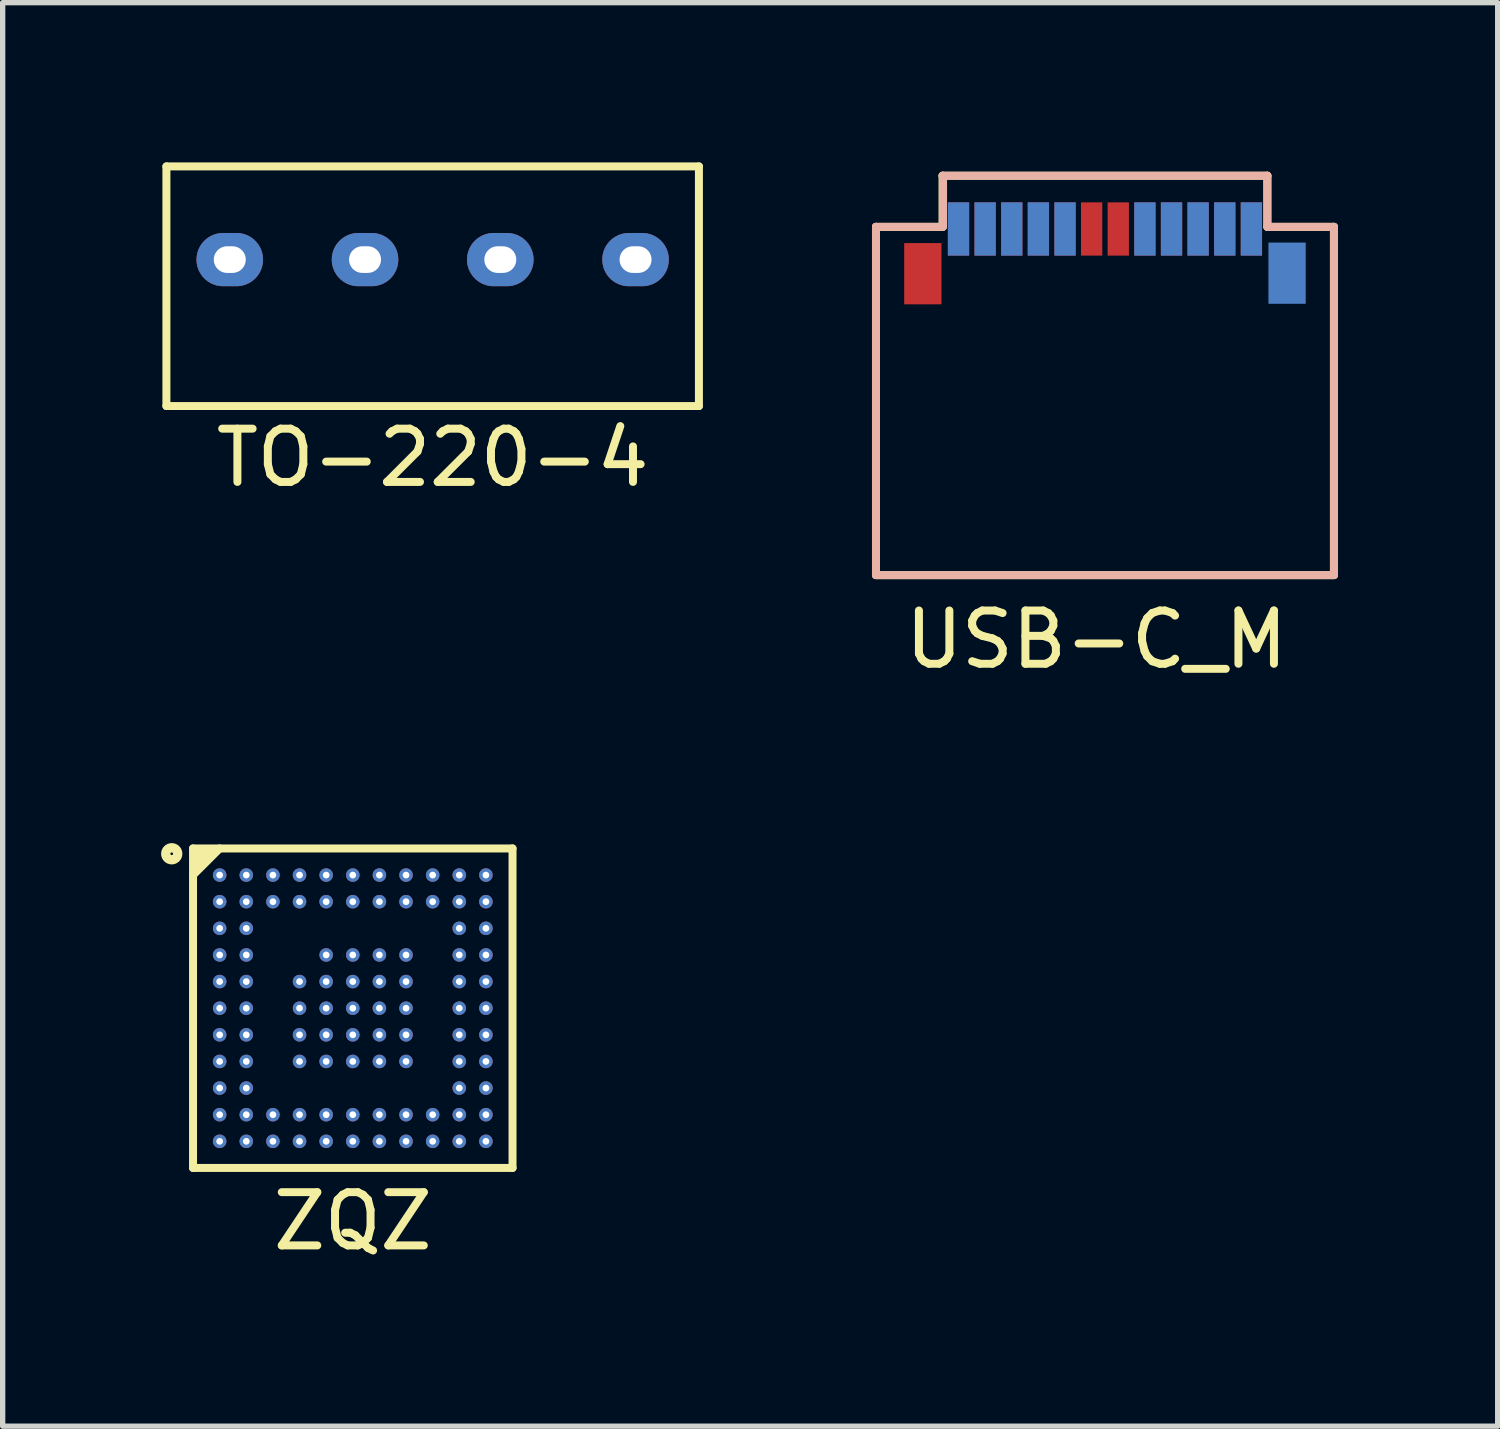
<source format=kicad_pcb>
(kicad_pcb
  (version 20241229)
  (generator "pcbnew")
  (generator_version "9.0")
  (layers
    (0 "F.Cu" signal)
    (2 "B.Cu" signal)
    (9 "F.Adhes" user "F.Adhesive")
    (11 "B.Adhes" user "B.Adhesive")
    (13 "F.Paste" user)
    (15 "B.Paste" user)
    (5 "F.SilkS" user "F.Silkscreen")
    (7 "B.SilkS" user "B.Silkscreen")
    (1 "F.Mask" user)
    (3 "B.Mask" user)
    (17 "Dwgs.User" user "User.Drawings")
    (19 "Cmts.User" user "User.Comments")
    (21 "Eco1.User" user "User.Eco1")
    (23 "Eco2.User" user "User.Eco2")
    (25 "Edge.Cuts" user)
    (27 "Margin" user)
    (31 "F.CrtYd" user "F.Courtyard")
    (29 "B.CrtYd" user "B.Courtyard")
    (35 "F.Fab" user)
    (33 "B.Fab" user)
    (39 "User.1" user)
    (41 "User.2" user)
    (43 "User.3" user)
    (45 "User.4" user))
  (footprint "USB-C_M"
    (layer "F.Cu")
    (at 13.4 0.25)
    (property "Reference" "USB-C_M" (at 4.14 8.71 0) (layer "F.SilkS") (effects (font (size 1 1) (thickness 0.15))))
    (attr through_hole)
    (fp_line (start 0 0.96) (end 1.25 0.96) (stroke (width 0.15) (type solid)) (layer "F.SilkS"))
    (fp_line (start 0 7.5) (end 0 0.96) (stroke (width 0.15) (type solid)) (layer "F.SilkS"))
    (fp_line (start 0 7.5) (end 8.6 7.5) (stroke (width 0.15) (type solid)) (layer "F.SilkS"))
    (fp_line (start 1.25 0) (end 7.35 0) (stroke (width 0.15) (type solid)) (layer "F.SilkS"))
    (fp_line (start 1.25 0.96) (end 1.25 0) (stroke (width 0.15) (type solid)) (layer "F.SilkS"))
    (fp_line (start 7.35 0) (end 7.35 0.96) (stroke (width 0.15) (type solid)) (layer "F.SilkS"))
    (fp_line (start 7.35 0.96) (end 8.6 0.96) (stroke (width 0.15) (type solid)) (layer "F.SilkS"))
    (fp_line (start 8.6 7.5) (end 8.6 0.96) (stroke (width 0.15) (type solid)) (layer "F.SilkS"))
    (fp_line (start 0 0.96) (end 1.25 0.96) (stroke (width 0.15) (type solid)) (layer "B.SilkS"))
    (fp_line (start 0 7.5) (end 0 0.96) (stroke (width 0.15) (type solid)) (layer "B.SilkS"))
    (fp_line (start 0 7.5) (end 8.6 7.5) (stroke (width 0.15) (type solid)) (layer "B.SilkS"))
    (fp_line (start 1.25 0) (end 7.35 0) (stroke (width 0.15) (type solid)) (layer "B.SilkS"))
    (fp_line (start 1.26 0.96) (end 1.26 0) (stroke (width 0.15) (type solid)) (layer "B.SilkS"))
    (fp_line (start 7.35 0) (end 7.35 0.96) (stroke (width 0.15) (type solid)) (layer "B.SilkS"))
    (fp_line (start 7.35 0.96) (end 8.6 0.96) (stroke (width 0.15) (type solid)) (layer "B.SilkS"))
    (fp_line (start 8.6 7.5) (end 8.6 0.96) (stroke (width 0.15) (type solid)) (layer "B.SilkS"))
    (pad "" smd rect (at 0.88 1.84) (size 0.7 1.15) (layers "F.Cu" "F.Mask" "F.Paste"))
    (pad "" smd rect (at 7.72 1.83) (size 0.7 1.15) (layers "F.Mask" "B.Cu" "F.Paste"))
    (pad "A1" smd rect (at 1.55 1) (size 0.4 1) (layers "F.Cu" "F.Mask" "F.Paste"))
    (pad "A2" smd rect (at 2.05 1) (size 0.4 1) (layers "F.Cu" "F.Mask" "F.Paste"))
    (pad "A3" smd rect (at 2.55 1) (size 0.4 1) (layers "F.Cu" "F.Mask" "F.Paste"))
    (pad "A4" smd rect (at 3.05 1) (size 0.4 1) (layers "F.Cu" "F.Mask" "F.Paste"))
    (pad "A5" smd rect (at 3.55 1) (size 0.4 1) (layers "F.Cu" "F.Mask" "F.Paste"))
    (pad "A6" smd rect (at 4.05 1) (size 0.4 1) (layers "F.Cu" "F.Mask" "F.Paste"))
    (pad "A7" smd rect (at 4.55 1) (size 0.4 1) (layers "F.Cu" "F.Mask" "F.Paste"))
    (pad "A8" smd rect (at 5.05 1) (size 0.4 1) (layers "F.Cu" "F.Mask" "F.Paste"))
    (pad "A9" smd rect (at 5.55 1) (size 0.4 1) (layers "F.Cu" "F.Mask" "F.Paste"))
    (pad "A10" smd rect (at 6.05 1) (size 0.4 1) (layers "F.Cu" "F.Mask" "F.Paste"))
    (pad "A11" smd rect (at 6.55 1) (size 0.4 1) (layers "F.Cu" "F.Mask" "F.Paste"))
    (pad "A12" smd rect (at 7.05 1) (size 0.4 1) (layers "F.Cu" "F.Mask" "F.Paste"))
    (pad "B1" smd rect (at 7.05 1) (size 0.4 1) (layers "F.Mask" "B.Cu" "F.Paste"))
    (pad "B2" smd rect (at 6.55 1) (size 0.4 1) (layers "F.Mask" "B.Cu" "F.Paste"))
    (pad "B3" smd rect (at 6.05 1) (size 0.4 1) (layers "F.Mask" "B.Cu" "F.Paste"))
    (pad "B4" smd rect (at 5.55 1) (size 0.4 1) (layers "F.Mask" "B.Cu" "F.Paste"))
    (pad "B5" smd rect (at 5.05 1) (size 0.4 1) (layers "F.Mask" "B.Cu" "F.Paste"))
    (pad "B8" smd rect (at 3.55 1) (size 0.4 1) (layers "F.Mask" "B.Cu" "F.Paste"))
    (pad "B9" smd rect (at 3.05 1) (size 0.4 1) (layers "F.Mask" "B.Cu" "F.Paste"))
    (pad "B10" smd rect (at 2.55 1) (size 0.4 1) (layers "F.Mask" "B.Cu" "F.Paste"))
    (pad "B11" smd rect (at 2.05 1) (size 0.4 1) (layers "F.Mask" "B.Cu" "F.Paste"))
    (pad "B12" smd rect (at 1.55 1) (size 0.4 1) (layers "F.Mask" "B.Cu" "F.Paste")))
  (footprint "ZQZ"
    (layer "F.Cu")
    (at 3.575 19.383)
    (property "Reference" "ZQZ" (at 0 0.5 0) (layer "F.SilkS") (effects (font (size 1 1) (thickness 0.15))))
    (attr through_hole)
    (fp_line (start -3 -0.5) (end -3 -6.5) (stroke (width 0.15) (type solid)) (layer "F.SilkS"))
    (fp_line (start -3 -0.5) (end 3 -0.5) (stroke (width 0.15) (type solid)) (layer "F.SilkS"))
    (fp_line (start -2.94 -6.2) (end -2.84 -6.41) (stroke (width 0.15) (type solid)) (layer "F.SilkS"))
    (fp_line (start -2.84 -6.41) (end -2.93 -6.4) (stroke (width 0.15) (type solid)) (layer "F.SilkS"))
    (fp_line (start -2.65 -6.45) (end -2.94 -6.2) (stroke (width 0.15) (type solid)) (layer "F.SilkS"))
    (fp_line (start -2.5 -6.5) (end -3 -6) (stroke (width 0.15) (type solid)) (layer "F.SilkS"))
    (fp_line (start 3 -6.5) (end -3 -6.5) (stroke (width 0.15) (type solid)) (layer "F.SilkS"))
    (fp_line (start 3 -6.5) (end 3 -0.5) (stroke (width 0.15) (type solid)) (layer "F.SilkS"))
    (fp_circle (center -3.4 -6.4) (end -3.35 -6.4) (stroke (width 0.15) (type solid)) (fill no) (layer "F.SilkS"))
    (fp_circle (center -3.4 -6.4) (end -3.3 -6.4) (stroke (width 0.15) (type solid)) (fill no) (layer "F.SilkS"))
    (pad "A1" thru_hole circle (at -2.5 -6) (size 0.254 0.254) (drill 0.127) (layers "*.Cu" "*.Mask"))
    (pad "A2" thru_hole circle (at -2 -6) (size 0.254 0.254) (drill 0.127) (layers "*.Cu" "*.Mask"))
    (pad "A3" thru_hole circle (at -1.5 -6) (size 0.254 0.254) (drill 0.127) (layers "*.Cu" "*.Mask"))
    (pad "A4" thru_hole circle (at -1 -6) (size 0.254 0.254) (drill 0.127) (layers "*.Cu" "*.Mask"))
    (pad "A5" thru_hole circle (at -0.5 -6) (size 0.254 0.254) (drill 0.127) (layers "*.Cu" "*.Mask"))
    (pad "A6" thru_hole circle (at 0 -6) (size 0.254 0.254) (drill 0.127) (layers "*.Cu" "*.Mask"))
    (pad "A7" thru_hole circle (at 0.5 -6) (size 0.254 0.254) (drill 0.127) (layers "*.Cu" "*.Mask"))
    (pad "A8" thru_hole circle (at 1 -6) (size 0.254 0.254) (drill 0.127) (layers "*.Cu" "*.Mask"))
    (pad "A9" thru_hole circle (at 1.5 -6) (size 0.254 0.254) (drill 0.127) (layers "*.Cu" "*.Mask"))
    (pad "A10" thru_hole circle (at 2 -6) (size 0.254 0.254) (drill 0.127) (layers "*.Cu" "*.Mask"))
    (pad "A11" thru_hole circle (at 2.5 -6) (size 0.254 0.254) (drill 0.127) (layers "*.Cu" "*.Mask"))
    (pad "B1" thru_hole circle (at -2.5 -5.5) (size 0.254 0.254) (drill 0.127) (layers "*.Cu" "*.Mask"))
    (pad "B2" thru_hole circle (at -2 -5.5) (size 0.254 0.254) (drill 0.127) (layers "*.Cu" "*.Mask"))
    (pad "B3" thru_hole circle (at -1.5 -5.5) (size 0.254 0.254) (drill 0.127) (layers "*.Cu" "*.Mask"))
    (pad "B4" thru_hole circle (at -1 -5.5) (size 0.254 0.254) (drill 0.127) (layers "*.Cu" "*.Mask"))
    (pad "B5" thru_hole circle (at -0.5 -5.5) (size 0.254 0.254) (drill 0.127) (layers "*.Cu" "*.Mask"))
    (pad "B6" thru_hole circle (at 0 -5.5) (size 0.254 0.254) (drill 0.127) (layers "*.Cu" "*.Mask"))
    (pad "B7" thru_hole circle (at 0.5 -5.5) (size 0.254 0.254) (drill 0.127) (layers "*.Cu" "*.Mask"))
    (pad "B8" thru_hole circle (at 1 -5.5) (size 0.254 0.254) (drill 0.127) (layers "*.Cu" "*.Mask"))
    (pad "B9" thru_hole circle (at 1.5 -5.5) (size 0.254 0.254) (drill 0.127) (layers "*.Cu" "*.Mask"))
    (pad "B10" thru_hole circle (at 2 -5.5) (size 0.254 0.254) (drill 0.127) (layers "*.Cu" "*.Mask"))
    (pad "B11" thru_hole circle (at 2.5 -5.5) (size 0.254 0.254) (drill 0.127) (layers "*.Cu" "*.Mask"))
    (pad "C1" thru_hole circle (at -2.5 -5) (size 0.254 0.254) (drill 0.127) (layers "*.Cu" "*.Mask"))
    (pad "C2" thru_hole circle (at -2 -5) (size 0.254 0.254) (drill 0.127) (layers "*.Cu" "*.Mask"))
    (pad "C10" thru_hole circle (at 2 -5) (size 0.254 0.254) (drill 0.127) (layers "*.Cu" "*.Mask"))
    (pad "C11" thru_hole circle (at 2.5 -5) (size 0.254 0.254) (drill 0.127) (layers "*.Cu" "*.Mask"))
    (pad "D1" thru_hole circle (at -2.5 -4.5) (size 0.254 0.254) (drill 0.127) (layers "*.Cu" "*.Mask"))
    (pad "D2" thru_hole circle (at -2 -4.5) (size 0.254 0.254) (drill 0.127) (layers "*.Cu" "*.Mask"))
    (pad "D5" thru_hole circle (at -0.5 -4.5) (size 0.254 0.254) (drill 0.127) (layers "*.Cu" "*.Mask"))
    (pad "D6" thru_hole circle (at 0 -4.5) (size 0.254 0.254) (drill 0.127) (layers "*.Cu" "*.Mask"))
    (pad "D7" thru_hole circle (at 0.5 -4.5) (size 0.254 0.254) (drill 0.127) (layers "*.Cu" "*.Mask"))
    (pad "D8" thru_hole circle (at 1 -4.5) (size 0.254 0.254) (drill 0.127) (layers "*.Cu" "*.Mask"))
    (pad "D10" thru_hole circle (at 2 -4.5) (size 0.254 0.254) (drill 0.127) (layers "*.Cu" "*.Mask"))
    (pad "D11" thru_hole circle (at 2.5 -4.5) (size 0.254 0.254) (drill 0.127) (layers "*.Cu" "*.Mask"))
    (pad "E1" thru_hole circle (at -2.5 -4) (size 0.254 0.254) (drill 0.127) (layers "*.Cu" "*.Mask"))
    (pad "E2" thru_hole circle (at -2 -4) (size 0.254 0.254) (drill 0.127) (layers "*.Cu" "*.Mask"))
    (pad "E4" thru_hole circle (at -1 -4) (size 0.254 0.254) (drill 0.127) (layers "*.Cu" "*.Mask"))
    (pad "E5" thru_hole circle (at -0.5 -4) (size 0.254 0.254) (drill 0.127) (layers "*.Cu" "*.Mask"))
    (pad "E6" thru_hole circle (at 0 -4) (size 0.254 0.254) (drill 0.127) (layers "*.Cu" "*.Mask"))
    (pad "E7" thru_hole circle (at 0.5 -4) (size 0.254 0.254) (drill 0.127) (layers "*.Cu" "*.Mask"))
    (pad "E8" thru_hole circle (at 1 -4) (size 0.254 0.254) (drill 0.127) (layers "*.Cu" "*.Mask"))
    (pad "E10" thru_hole circle (at 2 -4) (size 0.254 0.254) (drill 0.127) (layers "*.Cu" "*.Mask"))
    (pad "E11" thru_hole circle (at 2.5 -4) (size 0.254 0.254) (drill 0.127) (layers "*.Cu" "*.Mask"))
    (pad "F1" thru_hole circle (at -2.5 -3.5) (size 0.254 0.254) (drill 0.127) (layers "*.Cu" "*.Mask"))
    (pad "F2" thru_hole circle (at -2 -3.5) (size 0.254 0.254) (drill 0.127) (layers "*.Cu" "*.Mask"))
    (pad "F4" thru_hole circle (at -1 -3.5) (size 0.254 0.254) (drill 0.127) (layers "*.Cu" "*.Mask"))
    (pad "F5" thru_hole circle (at -0.5 -3.5) (size 0.254 0.254) (drill 0.127) (layers "*.Cu" "*.Mask"))
    (pad "F6" thru_hole circle (at 0 -3.5) (size 0.254 0.254) (drill 0.127) (layers "*.Cu" "*.Mask"))
    (pad "F7" thru_hole circle (at 0.5 -3.5) (size 0.254 0.254) (drill 0.127) (layers "*.Cu" "*.Mask"))
    (pad "F8" thru_hole circle (at 1 -3.5) (size 0.254 0.254) (drill 0.127) (layers "*.Cu" "*.Mask"))
    (pad "F10" thru_hole circle (at 2 -3.5) (size 0.254 0.254) (drill 0.127) (layers "*.Cu" "*.Mask"))
    (pad "F11" thru_hole circle (at 2.5 -3.5) (size 0.254 0.254) (drill 0.127) (layers "*.Cu" "*.Mask"))
    (pad "G1" thru_hole circle (at -2.5 -3) (size 0.254 0.254) (drill 0.127) (layers "*.Cu" "*.Mask"))
    (pad "G2" thru_hole circle (at -2 -3) (size 0.254 0.254) (drill 0.127) (layers "*.Cu" "*.Mask"))
    (pad "G4" thru_hole circle (at -1 -3) (size 0.254 0.254) (drill 0.127) (layers "*.Cu" "*.Mask"))
    (pad "G5" thru_hole circle (at -0.5 -3) (size 0.254 0.254) (drill 0.127) (layers "*.Cu" "*.Mask"))
    (pad "G6" thru_hole circle (at 0 -3) (size 0.254 0.254) (drill 0.127) (layers "*.Cu" "*.Mask"))
    (pad "G7" thru_hole circle (at 0.5 -3) (size 0.254 0.254) (drill 0.127) (layers "*.Cu" "*.Mask"))
    (pad "G8" thru_hole circle (at 1 -3) (size 0.254 0.254) (drill 0.127) (layers "*.Cu" "*.Mask"))
    (pad "G10" thru_hole circle (at 2 -3) (size 0.254 0.254) (drill 0.127) (layers "*.Cu" "*.Mask"))
    (pad "G11" thru_hole circle (at 2.5 -3) (size 0.254 0.254) (drill 0.127) (layers "*.Cu" "*.Mask"))
    (pad "H1" thru_hole circle (at -2.5 -2.5) (size 0.254 0.254) (drill 0.127) (layers "*.Cu" "*.Mask"))
    (pad "H2" thru_hole circle (at -2 -2.5) (size 0.254 0.254) (drill 0.127) (layers "*.Cu" "*.Mask"))
    (pad "H4" thru_hole circle (at -1 -2.5) (size 0.254 0.254) (drill 0.127) (layers "*.Cu" "*.Mask"))
    (pad "H5" thru_hole circle (at -0.5 -2.5) (size 0.254 0.254) (drill 0.127) (layers "*.Cu" "*.Mask"))
    (pad "H6" thru_hole circle (at 0 -2.5) (size 0.254 0.254) (drill 0.127) (layers "*.Cu" "*.Mask"))
    (pad "H7" thru_hole circle (at 0.5 -2.5) (size 0.254 0.254) (drill 0.127) (layers "*.Cu" "*.Mask"))
    (pad "H8" thru_hole circle (at 1 -2.5) (size 0.254 0.254) (drill 0.127) (layers "*.Cu" "*.Mask"))
    (pad "H10" thru_hole circle (at 2 -2.5) (size 0.254 0.254) (drill 0.127) (layers "*.Cu" "*.Mask"))
    (pad "H11" thru_hole circle (at 2.5 -2.5) (size 0.254 0.254) (drill 0.127) (layers "*.Cu" "*.Mask"))
    (pad "J1" thru_hole circle (at -2.5 -2) (size 0.254 0.254) (drill 0.127) (layers "*.Cu" "*.Mask"))
    (pad "J2" thru_hole circle (at -2 -2) (size 0.254 0.254) (drill 0.127) (layers "*.Cu" "*.Mask"))
    (pad "J10" thru_hole circle (at 2 -2) (size 0.254 0.254) (drill 0.127) (layers "*.Cu" "*.Mask"))
    (pad "J11" thru_hole circle (at 2.5 -2) (size 0.254 0.254) (drill 0.127) (layers "*.Cu" "*.Mask"))
    (pad "K1" thru_hole circle (at -2.5 -1.5) (size 0.254 0.254) (drill 0.127) (layers "*.Cu" "*.Mask"))
    (pad "K2" thru_hole circle (at -2 -1.5) (size 0.254 0.254) (drill 0.127) (layers "*.Cu" "*.Mask"))
    (pad "K3" thru_hole circle (at -1.5 -1.5) (size 0.254 0.254) (drill 0.127) (layers "*.Cu" "*.Mask"))
    (pad "K4" thru_hole circle (at -1 -1.5) (size 0.254 0.254) (drill 0.127) (layers "*.Cu" "*.Mask"))
    (pad "K5" thru_hole circle (at -0.5 -1.5) (size 0.254 0.254) (drill 0.127) (layers "*.Cu" "*.Mask"))
    (pad "K6" thru_hole circle (at 0 -1.5) (size 0.254 0.254) (drill 0.127) (layers "*.Cu" "*.Mask"))
    (pad "K7" thru_hole circle (at 0.5 -1.5) (size 0.254 0.254) (drill 0.127) (layers "*.Cu" "*.Mask"))
    (pad "K8" thru_hole circle (at 1 -1.5) (size 0.254 0.254) (drill 0.127) (layers "*.Cu" "*.Mask"))
    (pad "K9" thru_hole circle (at 1.5 -1.5) (size 0.254 0.254) (drill 0.127) (layers "*.Cu" "*.Mask"))
    (pad "K10" thru_hole circle (at 2 -1.5) (size 0.254 0.254) (drill 0.127) (layers "*.Cu" "*.Mask"))
    (pad "K11" thru_hole circle (at 2.5 -1.5) (size 0.254 0.254) (drill 0.127) (layers "*.Cu" "*.Mask"))
    (pad "L1" thru_hole circle (at -2.5 -1) (size 0.254 0.254) (drill 0.127) (layers "*.Cu" "*.Mask"))
    (pad "L2" thru_hole circle (at -2 -1) (size 0.254 0.254) (drill 0.127) (layers "*.Cu" "*.Mask"))
    (pad "L3" thru_hole circle (at -1.5 -1) (size 0.254 0.254) (drill 0.127) (layers "*.Cu" "*.Mask"))
    (pad "L4" thru_hole circle (at -1 -1) (size 0.254 0.254) (drill 0.127) (layers "*.Cu" "*.Mask"))
    (pad "L5" thru_hole circle (at -0.5 -1) (size 0.254 0.254) (drill 0.127) (layers "*.Cu" "*.Mask"))
    (pad "L6" thru_hole circle (at 0 -1) (size 0.254 0.254) (drill 0.127) (layers "*.Cu" "*.Mask"))
    (pad "L7" thru_hole circle (at 0.5 -1) (size 0.254 0.254) (drill 0.127) (layers "*.Cu" "*.Mask"))
    (pad "L8" thru_hole circle (at 1 -1) (size 0.254 0.254) (drill 0.127) (layers "*.Cu" "*.Mask"))
    (pad "L9" thru_hole circle (at 1.5 -1) (size 0.254 0.254) (drill 0.127) (layers "*.Cu" "*.Mask"))
    (pad "L10" thru_hole circle (at 2 -1) (size 0.254 0.254) (drill 0.127) (layers "*.Cu" "*.Mask"))
    (pad "L11" thru_hole circle (at 2.5 -1) (size 0.254 0.254) (drill 0.127) (layers "*.Cu" "*.Mask")))
  (footprint "TO-220-4"
    (layer "F.Cu")
    (at 5.075 2.575)
    (property "Reference" "TO-220-4" (at 0 2.97 0) (layer "F.SilkS") (effects (font (size 1 1) (thickness 0.15))))
    (attr through_hole)
    (fp_line (start -5 -2.5) (end 5 -2.5) (stroke (width 0.15) (type solid)) (layer "F.SilkS"))
    (fp_line (start -5 2) (end -5 -2.5) (stroke (width 0.15) (type solid)) (layer "F.SilkS"))
    (fp_line (start -5 2) (end 5 2) (stroke (width 0.15) (type solid)) (layer "F.SilkS"))
    (fp_line (start 5 -2.5) (end 5 2) (stroke (width 0.15) (type solid)) (layer "F.SilkS"))
    (pad "1" thru_hole oval (at -3.81 -0.75) (size 1.25 1) (drill oval 0.6 0.5) (layers "*.Cu" "*.Mask"))
    (pad "2" thru_hole oval (at -1.27 -0.75) (size 1.25 1) (drill oval 0.6 0.5) (layers "*.Cu" "*.Mask"))
    (pad "3" thru_hole oval (at 1.27 -0.75) (size 1.25 1) (drill oval 0.6 0.5) (layers "*.Cu" "*.Mask"))
    (pad "4" thru_hole oval (at 3.81 -0.75) (size 1.25 1) (drill oval 0.6 0.5) (layers "*.Cu" "*.Mask")))
  (gr_rect
    (start -3 -3)
    (end 25.075 23.732)
    (stroke (width 0.1) (type default))
    (fill no)
    (layer "Edge.Cuts")))
</source>
